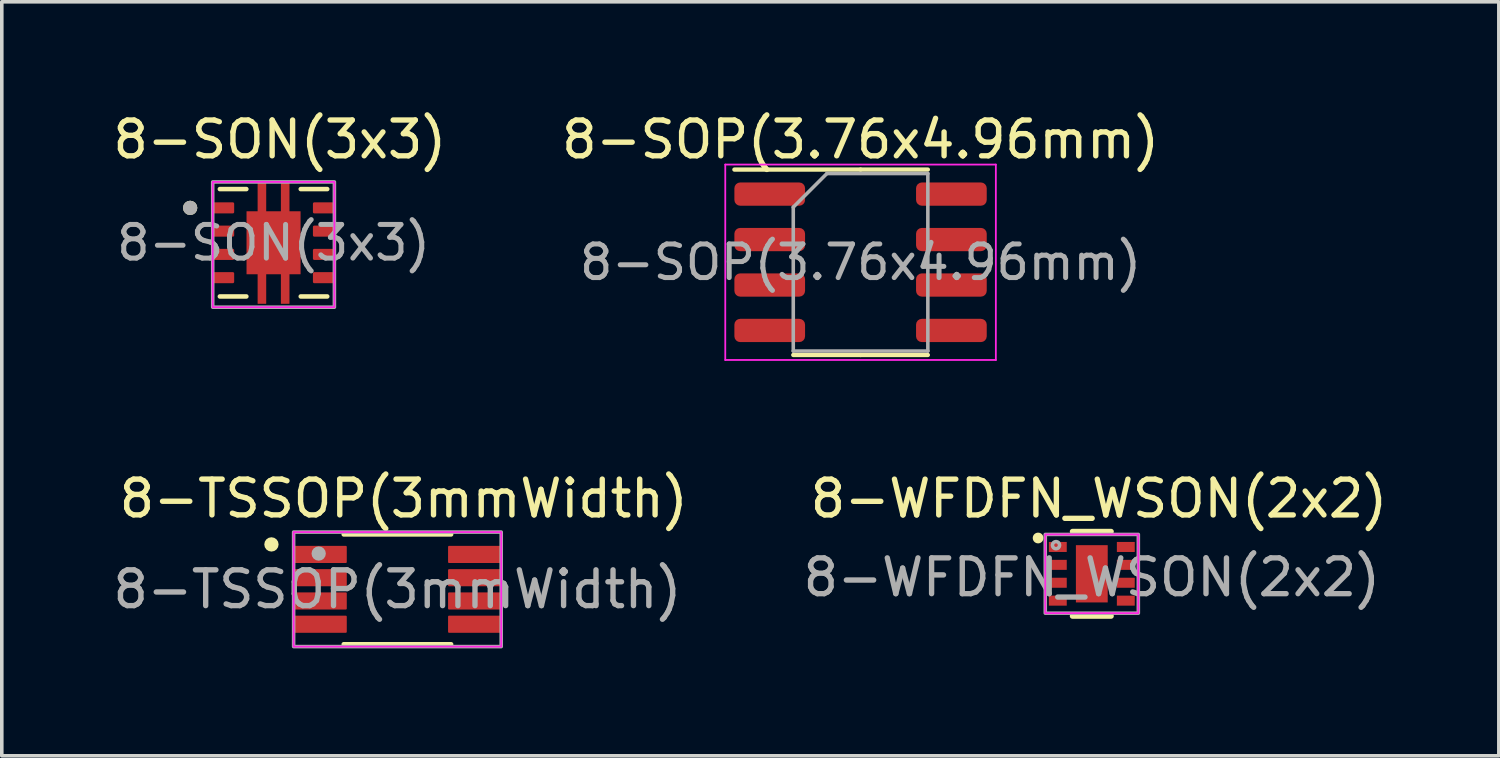
<source format=kicad_pcb>
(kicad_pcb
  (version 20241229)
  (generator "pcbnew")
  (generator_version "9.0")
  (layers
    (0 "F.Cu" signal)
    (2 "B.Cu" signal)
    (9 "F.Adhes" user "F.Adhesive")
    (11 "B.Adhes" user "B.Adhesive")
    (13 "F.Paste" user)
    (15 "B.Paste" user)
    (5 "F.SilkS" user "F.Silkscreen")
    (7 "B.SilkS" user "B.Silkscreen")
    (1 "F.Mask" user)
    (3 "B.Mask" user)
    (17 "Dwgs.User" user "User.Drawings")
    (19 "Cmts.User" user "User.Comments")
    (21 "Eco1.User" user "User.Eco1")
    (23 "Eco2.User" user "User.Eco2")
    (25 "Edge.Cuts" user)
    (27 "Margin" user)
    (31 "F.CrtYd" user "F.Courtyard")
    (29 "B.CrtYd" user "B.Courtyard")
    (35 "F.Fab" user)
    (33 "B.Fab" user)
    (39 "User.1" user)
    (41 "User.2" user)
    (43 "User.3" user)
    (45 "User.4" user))
  (footprint "8-SON(3x3)"
    (layer "F.Cu")
    (at 4.593 3.733)
    (property "Reference" "8-SON(3x3)" (at 0.175 -2.885 0) (layer "F.SilkS") (effects (font (size 1 1) (thickness 0.15))))
    (attr smd)
    (fp_poly (pts (xy -1.77 -1.2) (xy -1.03 -1.2) (xy -1.03 -0.75) (xy -1.77 -0.75)) (stroke (width 0.01) (type solid)) (fill yes) (layer "F.Mask"))
    (fp_poly (pts (xy -1.77 -0.55) (xy -1.03 -0.55) (xy -1.03 -0.1) (xy -1.77 -0.1)) (stroke (width 0.01) (type solid)) (fill yes) (layer "F.Mask"))
    (fp_poly (pts (xy -1.77 0.1) (xy -1.03 0.1) (xy -1.03 0.55) (xy -1.77 0.55)) (stroke (width 0.01) (type solid)) (fill yes) (layer "F.Mask"))
    (fp_poly (pts (xy -1.77 0.75) (xy -1.03 0.75) (xy -1.03 1.2) (xy -1.77 1.2)) (stroke (width 0.01) (type solid)) (fill yes) (layer "F.Mask"))
    (fp_poly (pts (xy 1.03 -1.2) (xy 1.77 -1.2) (xy 1.77 -0.75) (xy 1.03 -0.75)) (stroke (width 0.01) (type solid)) (fill yes) (layer "F.Mask"))
    (fp_poly (pts (xy 1.03 -0.55) (xy 1.77 -0.55) (xy 1.77 -0.1) (xy 1.03 -0.1)) (stroke (width 0.01) (type solid)) (fill yes) (layer "F.Mask"))
    (fp_poly (pts (xy 1.03 0.1) (xy 1.77 0.1) (xy 1.77 0.55) (xy 1.03 0.55)) (stroke (width 0.01) (type solid)) (fill yes) (layer "F.Mask"))
    (fp_poly (pts (xy 1.03 0.75) (xy 1.77 0.75) (xy 1.77 1.2) (xy 1.03 1.2)) (stroke (width 0.01) (type solid)) (fill yes) (layer "F.Mask"))
    (fp_poly (pts (xy -0.82 -0.945) (xy -0.51 -0.945) (xy -0.51 -1.77) (xy -0.14 -1.77) (xy -0.14 -0.945) (xy 0.14 -0.945) (xy 0.14 -1.77) (xy 0.51 -1.77) (xy 0.51 -0.945) (xy 0.82 -0.945) (xy 0.82 0.945) (xy 0.51 0.945) (xy 0.51 1.77) (xy 0.14 1.77) (xy 0.14 0.945) (xy -0.14 0.945) (xy -0.14 1.77) (xy -0.51 1.77) (xy -0.51 0.945) (xy -0.82 0.945)) (stroke (width 0.01) (type solid)) (fill yes) (layer "F.Mask"))
    (fp_line (start -1.5 -1.5) (end -0.76 -1.5) (stroke (width 0.127) (type solid)) (layer "F.SilkS"))
    (fp_line (start -1.5 1.5) (end -0.76 1.5) (stroke (width 0.127) (type solid)) (layer "F.SilkS"))
    (fp_line (start 0.76 -1.5) (end 1.5 -1.5) (stroke (width 0.127) (type solid)) (layer "F.SilkS"))
    (fp_line (start 0.76 1.5) (end 1.5 1.5) (stroke (width 0.127) (type solid)) (layer "F.SilkS"))
    (fp_circle (center -2.33 -0.975) (end -2.23 -0.975) (stroke (width 0.2) (type solid)) (fill no) (layer "F.SilkS"))
    (fp_poly (pts (xy -0.67 -0.775) (xy 0.67 -0.775) (xy 0.67 0.775) (xy -0.67 0.775)) (stroke (width 0.01) (type solid)) (fill yes) (layer "F.Paste"))
    (fp_poly (pts (xy -0.44 -1.7) (xy -0.21 -1.7) (xy -0.21 -0.975) (xy -0.44 -0.975)) (stroke (width 0.01) (type solid)) (fill yes) (layer "F.Paste"))
    (fp_poly (pts (xy -0.21 1.7) (xy -0.44 1.7) (xy -0.44 0.975) (xy -0.21 0.975)) (stroke (width 0.01) (type solid)) (fill yes) (layer "F.Paste"))
    (fp_poly (pts (xy 0.21 -1.7) (xy 0.44 -1.7) (xy 0.44 -0.975) (xy 0.21 -0.975)) (stroke (width 0.01) (type solid)) (fill yes) (layer "F.Paste"))
    (fp_poly (pts (xy 0.44 1.7) (xy 0.21 1.7) (xy 0.21 0.975) (xy 0.44 0.975)) (stroke (width 0.01) (type solid)) (fill yes) (layer "F.Paste"))
    (fp_rect (start -1.7 -1.7) (end 1.7 1.8) (stroke (width 0.05) (type default)) (fill no) (layer "F.CrtYd"))
    (fp_rect (start -1.7 -1.7) (end 1.7 1.8) (stroke (width 0.1) (type default)) (fill no) (layer "F.Fab"))
    (fp_circle (center -2.33 -0.975) (end -2.23 -0.975) (stroke (width 0.2) (type solid)) (fill no) (layer "F.Fab"))
    (fp_text user "${REFERENCE}" (at 0 0 0) (layer "F.Fab") (effects (font (size 0.94 0.94) (thickness 0.14))))
    (pad "1" smd roundrect (at -1.4 -0.975) (size 0.6 0.31) (layers "F.Cu" "F.Paste") (roundrect_rratio 0.125))
    (pad "2" smd roundrect (at -1.4 -0.325) (size 0.6 0.31) (layers "F.Cu" "F.Paste") (roundrect_rratio 0.125))
    (pad "3" smd roundrect (at -1.4 0.325) (size 0.6 0.31) (layers "F.Cu" "F.Paste") (roundrect_rratio 0.125))
    (pad "4" smd roundrect (at -1.4 0.975) (size 0.6 0.31) (layers "F.Cu" "F.Paste") (roundrect_rratio 0.125))
    (pad "5" smd roundrect (at 1.4 0.975) (size 0.6 0.31) (layers "F.Cu" "F.Paste") (roundrect_rratio 0.125))
    (pad "6" smd roundrect (at 1.4 0.325) (size 0.6 0.31) (layers "F.Cu" "F.Paste") (roundrect_rratio 0.125))
    (pad "7" smd roundrect (at 1.4 -0.325) (size 0.6 0.31) (layers "F.Cu" "F.Paste") (roundrect_rratio 0.125))
    (pad "8" smd roundrect (at 1.4 -0.975) (size 0.6 0.31) (layers "F.Cu" "F.Paste") (roundrect_rratio 0.125))
    (pad "9" smd custom (at 0 0) (size 1.5 1.75) (layers "F.Cu") (options (anchor rect)) (primitives (gr_poly (pts (xy -0.75 -0.875) (xy -0.44 -0.875) (xy -0.44 -1.7) (xy -0.21 -1.7) (xy -0.21 -0.875) (xy 0.21 -0.875) (xy 0.21 -1.7) (xy 0.44 -1.7) (xy 0.44 -0.875) (xy 0.75 -0.875) (xy 0.75 0.875) (xy 0.44 0.875) (xy 0.44 1.7) (xy 0.21 1.7) (xy 0.21 0.875) (xy -0.21 0.875) (xy -0.21 1.7) (xy -0.44 1.7) (xy -0.44 0.875) (xy -0.75 0.875)) (width 0.01) (fill yes)))))
  (footprint "8-SOP(3.76x4.96mm)"
    (layer "F.Cu")
    (at 20.994 4.278)
    (property "Reference" "8-SOP(3.76x4.96mm)" (at 0 -3.43 0) (layer "F.SilkS") (effects (font (size 1 1) (thickness 0.15))))
    (attr smd)
    (fp_line (start 0 -2.59) (end -3.525 -2.59) (stroke (width 0.12) (type solid)) (layer "F.SilkS"))
    (fp_line (start 0 -2.59) (end 1.88 -2.59) (stroke (width 0.12) (type solid)) (layer "F.SilkS"))
    (fp_line (start 0 2.59) (end -1.88 2.59) (stroke (width 0.12) (type solid)) (layer "F.SilkS"))
    (fp_line (start 0 2.59) (end 1.88 2.59) (stroke (width 0.12) (type solid)) (layer "F.SilkS"))
    (fp_line (start -3.78 -2.73) (end -3.78 2.73) (stroke (width 0.05) (type solid)) (layer "F.CrtYd"))
    (fp_line (start -3.78 2.73) (end 3.78 2.73) (stroke (width 0.05) (type solid)) (layer "F.CrtYd"))
    (fp_line (start 3.78 -2.73) (end -3.78 -2.73) (stroke (width 0.05) (type solid)) (layer "F.CrtYd"))
    (fp_line (start 3.78 2.73) (end 3.78 -2.73) (stroke (width 0.05) (type solid)) (layer "F.CrtYd"))
    (fp_line (start -1.88 -1.54) (end -0.94 -2.48) (stroke (width 0.1) (type solid)) (layer "F.Fab"))
    (fp_line (start -1.88 2.48) (end -1.88 -1.54) (stroke (width 0.1) (type solid)) (layer "F.Fab"))
    (fp_line (start -0.94 -2.48) (end 1.88 -2.48) (stroke (width 0.1) (type solid)) (layer "F.Fab"))
    (fp_line (start 1.88 -2.48) (end 1.88 2.48) (stroke (width 0.1) (type solid)) (layer "F.Fab"))
    (fp_line (start 1.88 2.48) (end -1.88 2.48) (stroke (width 0.1) (type solid)) (layer "F.Fab"))
    (fp_text user "${REFERENCE}" (at 0 0 0) (layer "F.Fab") (effects (font (size 0.94 0.94) (thickness 0.14))))
    (pad "1" smd roundrect (at -2.538 -1.905) (size 1.975 0.65) (layers "F.Cu" "F.Mask" "F.Paste") (roundrect_rratio 0.25))
    (pad "2" smd roundrect (at -2.538 -0.635) (size 1.975 0.65) (layers "F.Cu" "F.Mask" "F.Paste") (roundrect_rratio 0.25))
    (pad "3" smd roundrect (at -2.538 0.635) (size 1.975 0.65) (layers "F.Cu" "F.Mask" "F.Paste") (roundrect_rratio 0.25))
    (pad "4" smd roundrect (at -2.538 1.905) (size 1.975 0.65) (layers "F.Cu" "F.Mask" "F.Paste") (roundrect_rratio 0.25))
    (pad "5" smd roundrect (at 2.538 1.905) (size 1.975 0.65) (layers "F.Cu" "F.Mask" "F.Paste") (roundrect_rratio 0.25))
    (pad "6" smd roundrect (at 2.538 0.635) (size 1.975 0.65) (layers "F.Cu" "F.Mask" "F.Paste") (roundrect_rratio 0.25))
    (pad "7" smd roundrect (at 2.538 -0.635) (size 1.975 0.65) (layers "F.Cu" "F.Mask" "F.Paste") (roundrect_rratio 0.25))
    (pad "8" smd roundrect (at 2.538 -1.905) (size 1.975 0.65) (layers "F.Cu" "F.Mask" "F.Paste") (roundrect_rratio 0.25)))
  (footprint "8-TSSOP(3mmWidth)"
    (layer "F.Cu")
    (at 8.054 13.416)
    (property "Reference" "8-TSSOP(3mmWidth)" (at 0.175 -2.535 0) (layer "F.SilkS") (effects (font (size 1 1) (thickness 0.15))))
    (attr smd allow_soldermask_bridges)
    (fp_line (start -1.5 -1.535) (end 1.5 -1.535) (stroke (width 0.127) (type solid)) (layer "F.SilkS"))
    (fp_line (start -1.5 1.535) (end 1.5 1.535) (stroke (width 0.127) (type solid)) (layer "F.SilkS"))
    (fp_circle (center -3.52 -1.255) (end -3.42 -1.255) (stroke (width 0.2) (type solid)) (fill no) (layer "F.SilkS"))
    (fp_rect (start -2.9 -1.6) (end 2.9 1.6) (stroke (width 0.05) (type default)) (fill no) (layer "F.CrtYd"))
    (fp_rect (start -2.9 -1.6) (end 2.9 1.6) (stroke (width 0.1) (type default)) (fill no) (layer "F.Fab"))
    (fp_circle (center -2.2 -1) (end -2.1 -1) (stroke (width 0.2) (type solid)) (fill no) (layer "F.Fab"))
    (fp_text user "${REFERENCE}" (at 0 0 0) (unlocked yes) (layer "F.Fab") (effects (font (size 1 1) (thickness 0.15))))
    (pad "1" smd roundrect (at -2.15 -0.975) (size 1.47 0.48) (layers "F.Cu" "F.Mask" "F.Paste") (roundrect_rratio 0.06))
    (pad "2" smd roundrect (at -2.15 -0.325) (size 1.47 0.48) (layers "F.Cu" "F.Mask" "F.Paste") (roundrect_rratio 0.06))
    (pad "3" smd roundrect (at -2.15 0.325) (size 1.47 0.48) (layers "F.Cu" "F.Mask" "F.Paste") (roundrect_rratio 0.06))
    (pad "4" smd roundrect (at -2.15 0.975) (size 1.47 0.48) (layers "F.Cu" "F.Mask" "F.Paste") (roundrect_rratio 0.06))
    (pad "5" smd roundrect (at 2.15 0.975) (size 1.47 0.48) (layers "F.Cu" "F.Mask" "F.Paste") (roundrect_rratio 0.06))
    (pad "6" smd roundrect (at 2.15 0.325) (size 1.47 0.48) (layers "F.Cu" "F.Mask" "F.Paste") (roundrect_rratio 0.06))
    (pad "7" smd roundrect (at 2.15 -0.325) (size 1.47 0.48) (layers "F.Cu" "F.Mask" "F.Paste") (roundrect_rratio 0.06))
    (pad "8" smd roundrect (at 2.15 -0.975) (size 1.47 0.48) (layers "F.Cu" "F.Mask" "F.Paste") (roundrect_rratio 0.06)))
  (footprint "8-WFDFN_WSON(2x2)"
    (layer "F.Cu")
    (at 27.455 12.982)
    (property "Reference" "8-WFDFN_WSON(2x2)" (at 0.2 -2.1 0) (unlocked yes) (layer "F.SilkS") (effects (font (size 1 1) (thickness 0.15))))
    (attr smd)
    (fp_line (start -0.539 1.181) (end 0.539 1.181) (stroke (width 0.152) (type solid)) (layer "F.SilkS"))
    (fp_line (start 0.539 -1.181) (end -0.539 -1.181) (stroke (width 0.152) (type solid)) (layer "F.SilkS"))
    (fp_circle (center -1.5 -1) (end -1.4 -1) (stroke (width 0.1) (type solid)) (fill yes) (layer "F.SilkS"))
    (fp_rect (start -1.3 -1.1) (end 1.3 1.1) (stroke (width 0.05) (type default)) (fill no) (layer "F.CrtYd"))
    (fp_rect (start -1.3 -1.1) (end 1.3 1.1) (stroke (width 0.1) (type default)) (fill no) (layer "F.Fab"))
    (fp_circle (center -1 -0.8) (end -0.9 -0.8) (stroke (width 0.1) (type solid)) (fill no) (layer "F.Fab"))
    (fp_text user "${REFERENCE}" (at 0 0.1 0) (unlocked yes) (layer "F.Fab") (effects (font (size 1 1) (thickness 0.15))))
    (pad "1" smd rect (at -0.95 -0.75) (size 0.5 0.28) (layers "F.Cu" "F.Mask" "F.Paste"))
    (pad "2" smd rect (at -0.95 -0.25) (size 0.5 0.28) (layers "F.Cu" "F.Mask" "F.Paste"))
    (pad "3" smd rect (at -0.95 0.25) (size 0.5 0.28) (layers "F.Cu" "F.Mask" "F.Paste"))
    (pad "4" smd rect (at -0.95 0.75) (size 0.5 0.28) (layers "F.Cu" "F.Mask" "F.Paste"))
    (pad "5" smd rect (at 0.95 0.75) (size 0.5 0.28) (layers "F.Cu" "F.Mask" "F.Paste"))
    (pad "6" smd rect (at 0.95 0.25) (size 0.5 0.28) (layers "F.Cu" "F.Mask" "F.Paste"))
    (pad "7" smd rect (at 0.95 -0.25) (size 0.5 0.28) (layers "F.Cu" "F.Mask" "F.Paste"))
    (pad "8" smd rect (at 0.95 -0.75) (size 0.5 0.28) (layers "F.Cu" "F.Mask" "F.Paste"))
    (pad "9" smd rect (at 0 0) (size 0.889 1.6) (layers "F.Cu" "F.Mask" "F.Paste")))
  (gr_rect
    (start -3 -3)
    (end 38.827 18.067)
    (stroke (width 0.1) (type default))
    (fill no)
    (layer "Edge.Cuts")))
</source>
